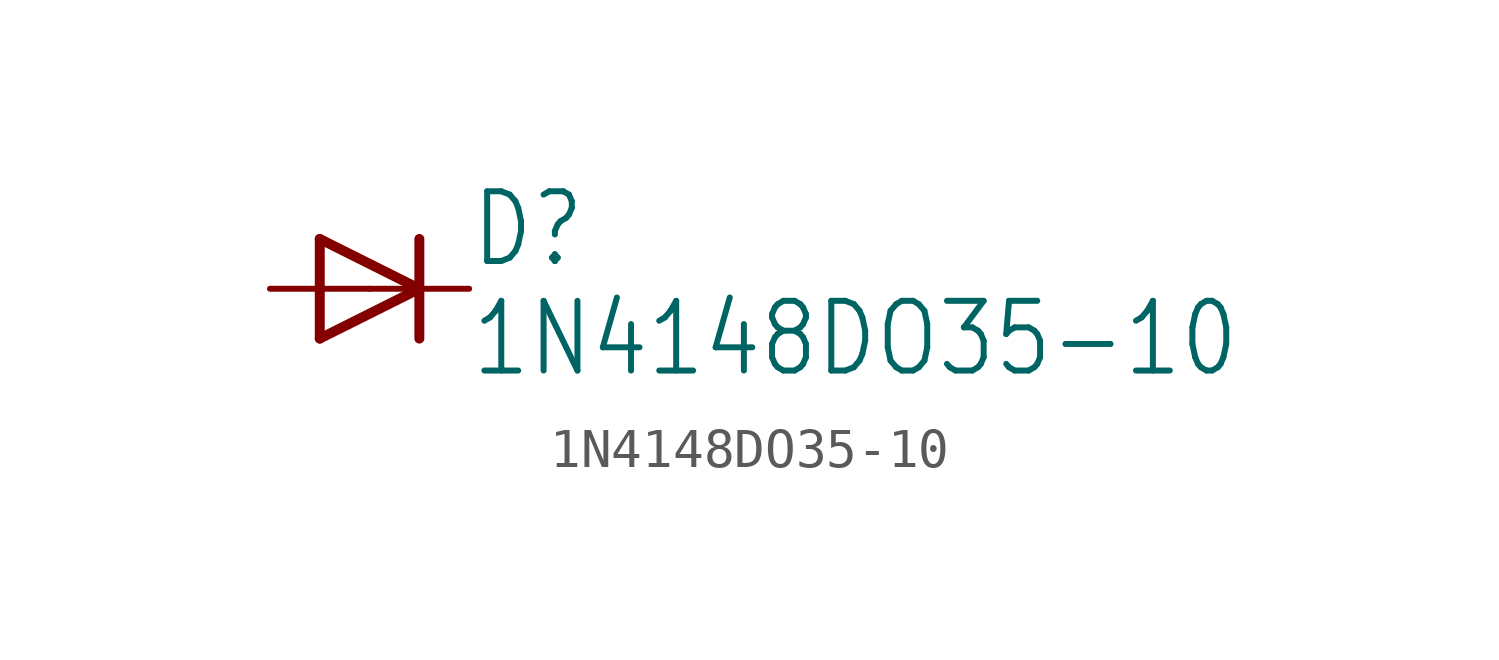
<source format=kicad_sym>
(kicad_symbol_lib
  (version 20211014)
  (generator kicad_symbol_editor)
  (symbol "1N4148DO35-10"
    (property "Reference" "D"
      (at 2.54 0.483 0)
      (effects (font (size 1.778 1.511)) (justify left bottom)))
    (property "Value" "1N4148DO35-10"
      (at 2.54 -2.311 0)
      (effects (font (size 1.778 1.511)) (justify left bottom)))
    (property "ki_locked" ""
      (at 0 0 0)
      (effects (font (size 1.27 1.27))))
    (symbol "1N4148DO35-10_1_0"
      (polyline (pts (xy -1.27 -1.27) (xy 1.27 0)) (stroke (width 0.254) (type default) (color 0 0 0 0)) (fill (type none)))
      (polyline (pts (xy -1.27 1.27) (xy -1.27 -1.27)) (stroke (width 0.254) (type default) (color 0 0 0 0)) (fill (type none)))
      (polyline (pts (xy 1.27 0) (xy -1.27 1.27)) (stroke (width 0.254) (type default) (color 0 0 0 0)) (fill (type none)))
      (polyline (pts (xy 1.27 0) (xy 1.27 -1.27)) (stroke (width 0.254) (type default) (color 0 0 0 0)) (fill (type none)))
      (polyline (pts (xy 1.27 1.27) (xy 1.27 0)) (stroke (width 0.254) (type default) (color 0 0 0 0)) (fill (type none)))
      (pin passive line (at -2.54 0 0) (length 2.54) (name "A" (effects (font (size 0 0)))) (number "A" (effects (font (size 0 0)))))
      (pin passive line (at 2.54 0 180) (length 2.54) (name "C" (effects (font (size 0 0)))) (number "C" (effects (font (size 0 0))))))))
</source>
